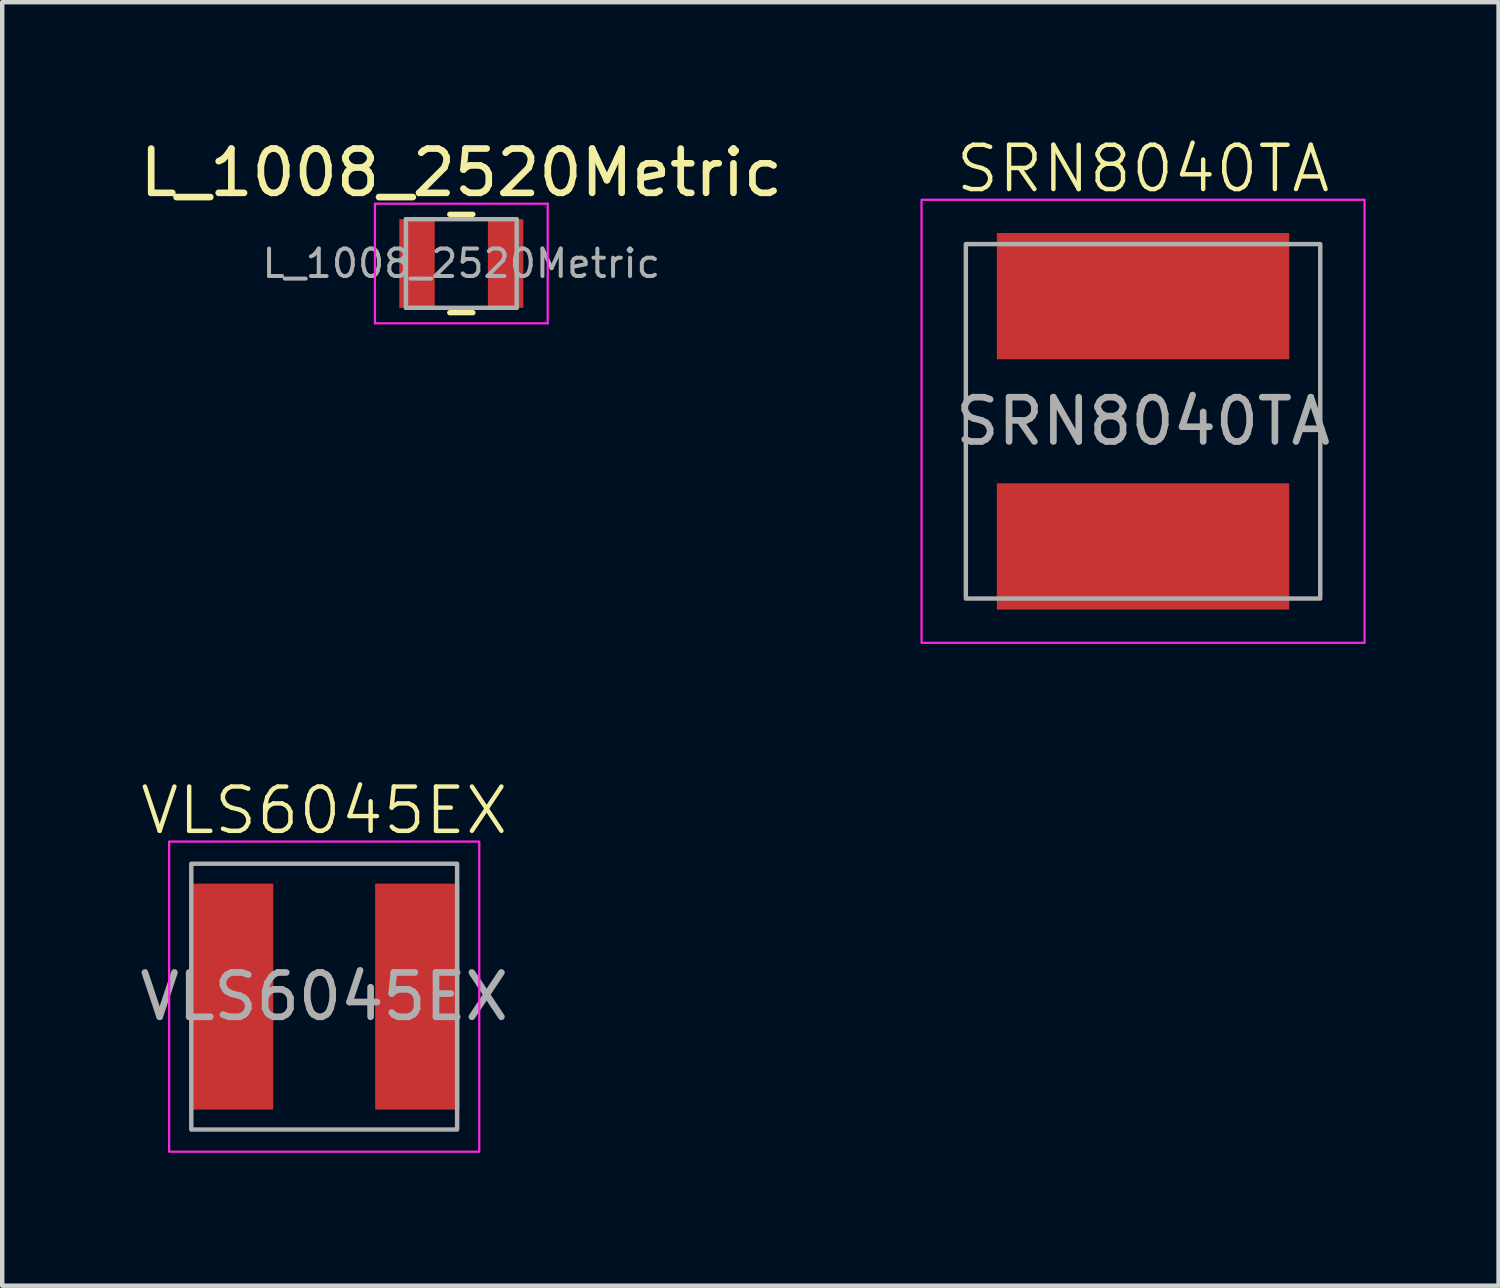
<source format=kicad_pcb>
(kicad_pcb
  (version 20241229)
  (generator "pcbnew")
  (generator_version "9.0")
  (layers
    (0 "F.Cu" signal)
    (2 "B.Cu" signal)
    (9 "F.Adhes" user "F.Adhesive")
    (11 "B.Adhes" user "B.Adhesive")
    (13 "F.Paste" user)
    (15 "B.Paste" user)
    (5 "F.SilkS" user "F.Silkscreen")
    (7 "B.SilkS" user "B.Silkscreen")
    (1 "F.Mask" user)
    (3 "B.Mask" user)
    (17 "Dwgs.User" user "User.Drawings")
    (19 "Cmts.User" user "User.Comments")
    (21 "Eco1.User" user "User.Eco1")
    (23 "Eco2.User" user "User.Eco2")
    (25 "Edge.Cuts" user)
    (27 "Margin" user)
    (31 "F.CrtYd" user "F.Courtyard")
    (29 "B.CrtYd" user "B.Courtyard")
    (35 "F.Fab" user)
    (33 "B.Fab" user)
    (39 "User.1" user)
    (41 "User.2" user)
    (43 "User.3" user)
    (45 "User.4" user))
  (footprint "L_1008_2520Metric"
    (layer "F.Cu")
    (at 7.363 2.898)
    (property "Reference" "L_1008_2520Metric" (at 0 -2.05 0) (layer "F.SilkS") (effects (font (size 1 1) (thickness 0.15))))
    (attr smd)
    (fp_line (start -0.261 -1.11) (end 0.261 -1.11) (stroke (width 0.12) (type solid)) (layer "F.SilkS"))
    (fp_line (start -0.261 1.11) (end 0.261 1.11) (stroke (width 0.12) (type solid)) (layer "F.SilkS"))
    (fp_line (start -1.95 -1.35) (end 1.95 -1.35) (stroke (width 0.05) (type solid)) (layer "F.CrtYd"))
    (fp_line (start -1.95 1.35) (end -1.95 -1.35) (stroke (width 0.05) (type solid)) (layer "F.CrtYd"))
    (fp_line (start 1.95 -1.35) (end 1.95 1.35) (stroke (width 0.05) (type solid)) (layer "F.CrtYd"))
    (fp_line (start 1.95 1.35) (end -1.95 1.35) (stroke (width 0.05) (type solid)) (layer "F.CrtYd"))
    (fp_line (start -1.25 -1) (end 1.25 -1) (stroke (width 0.1) (type solid)) (layer "F.Fab"))
    (fp_line (start -1.25 1) (end -1.25 -1) (stroke (width 0.1) (type solid)) (layer "F.Fab"))
    (fp_line (start 1.25 -1) (end 1.25 1) (stroke (width 0.1) (type solid)) (layer "F.Fab"))
    (fp_line (start 1.25 1) (end -1.25 1) (stroke (width 0.1) (type solid)) (layer "F.Fab"))
    (fp_text user "${REFERENCE}" (at 0 0 0) (layer "F.Fab") (effects (font (size 0.62 0.62) (thickness 0.09))))
    (pad "1" smd rect (at -1 0) (size 0.8 2) (layers "F.Cu" "F.Mask" "F.Paste"))
    (pad "2" smd rect (at 1 0) (size 0.8 2) (layers "F.Cu" "F.Mask" "F.Paste")))
  (footprint "VLS6045EX"
    (layer "F.Cu")
    (at 4.268 19.446)
    (property "Reference" "VLS6045EX" (at 0 -4.2 0) (unlocked yes) (layer "F.SilkS") (effects (font (size 1 1) (thickness 0.1))))
    (attr smd)
    (fp_rect (start -3.5 -3.5) (end 3.5 3.5) (stroke (width 0.05) (type default)) (fill no) (layer "F.CrtYd"))
    (fp_rect (start -3 3) (end 3 -3) (stroke (width 0.1) (type default)) (fill no) (layer "F.Fab"))
    (fp_text user "${REFERENCE}" (at 0 0 0) (unlocked yes) (layer "F.Fab") (effects (font (size 1 1) (thickness 0.15))))
    (pad "1" smd rect (at -2.1 0) (size 1.9 5.1) (layers "F.Cu" "F.Mask" "F.Paste"))
    (pad "2" smd rect (at 2.1 0) (size 1.9 5.1) (layers "F.Cu" "F.Mask" "F.Paste")))
  (footprint "SRN8040TA"
    (layer "F.Cu")
    (at 22.751 6.46)
    (property "Reference" "SRN8040TA" (at 0 -5.7 0) (unlocked yes) (layer "F.SilkS") (effects (font (size 1 1) (thickness 0.1))))
    (attr smd)
    (fp_rect (start 5 -5) (end -5 5) (stroke (width 0.05) (type default)) (fill no) (layer "F.CrtYd"))
    (fp_rect (start -4 -4) (end 4 4) (stroke (width 0.1) (type default)) (fill no) (layer "F.Fab"))
    (fp_text user "${REFERENCE}" (at 0 0 0) (unlocked yes) (layer "F.Fab") (effects (font (size 1 1) (thickness 0.15))))
    (pad "1" smd rect (at 0 -2.825 270) (size 2.85 6.6) (layers "F.Cu" "F.Mask" "F.Paste"))
    (pad "2" smd rect (at 0 2.825 270) (size 2.85 6.6) (layers "F.Cu" "F.Mask" "F.Paste")))
  (gr_rect
    (start -3 -3)
    (end 30.776 25.971)
    (stroke (width 0.1) (type default))
    (fill no)
    (layer "Edge.Cuts")))
</source>
